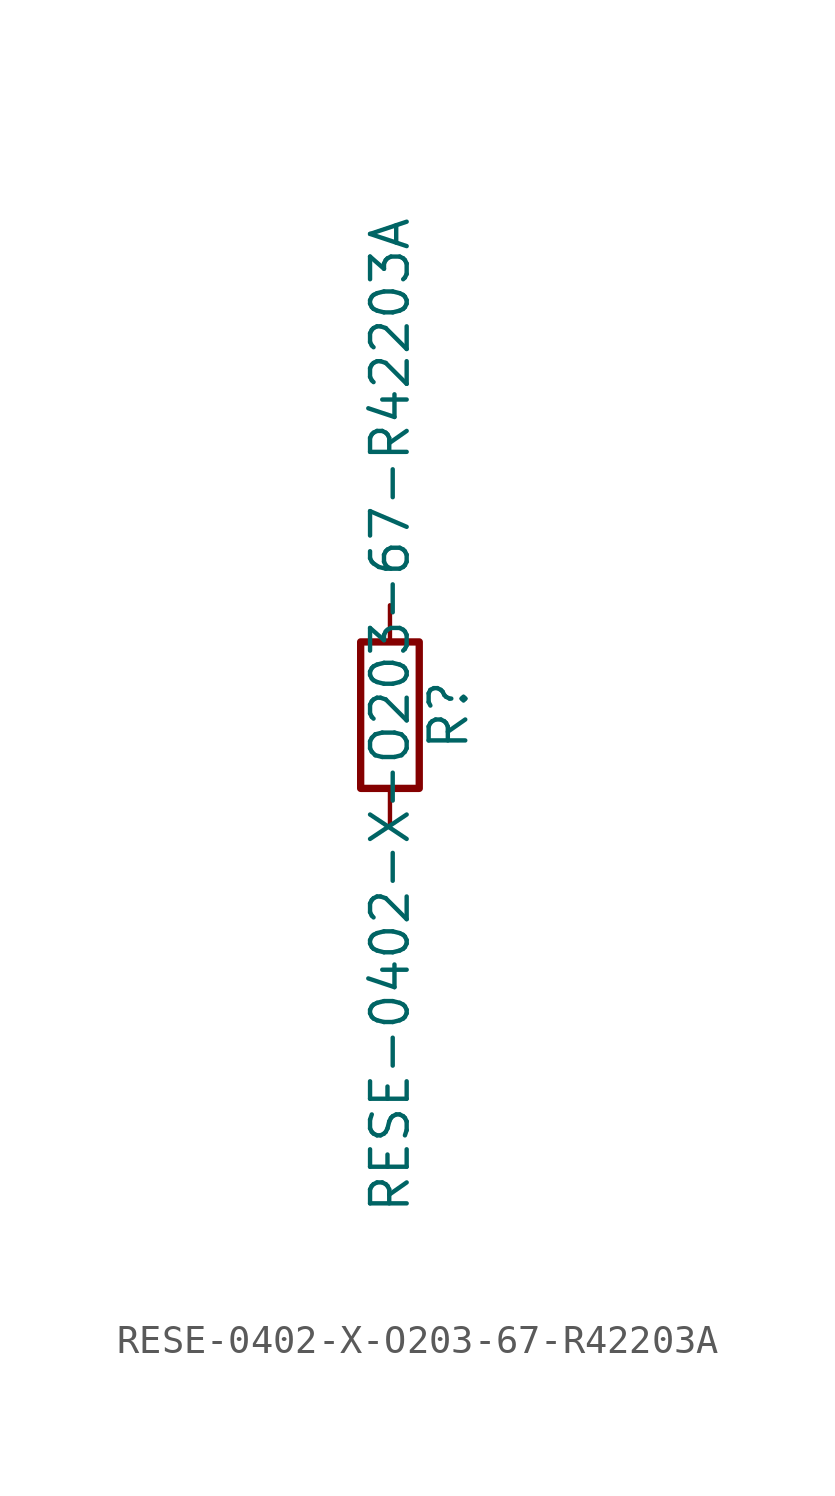
<source format=kicad_sym>
(kicad_symbol_lib
  (version 20211014)
  (generator kicad_symbol_editor)
  (symbol "RESE-0402-X-O203-67-R42203A"
    (pin_numbers hide)
    (pin_names
      (offset 0))
    (property "Reference" "R"
      (at 2.032 0 90)
      (effects (font (size 1.27 1.27))))
    (property "Value" "RESE-0402-X-O203-67-R42203A"
      (at 0 0 90)
      (effects (font (size 1.27 1.27))))
    (symbol "RESE-0402-X-O203-67-R42203A_0_1"
      (rectangle (start -1.016 -2.54) (end 1.016 2.54) (stroke (width 0.254) (type default) (color 0 0 0 0)) (fill (type none))))
    (symbol "RESE-0402-X-O203-67-R42203A_1_1"
      (pin passive line (at 0 3.81 270) (length 1.27) (name "~" (effects (font (size 1.27 1.27)))) (number "1" (effects (font (size 1.27 1.27)))))
      (pin passive line (at 0 -3.81 90) (length 1.27) (name "~" (effects (font (size 1.27 1.27)))) (number "2" (effects (font (size 1.27 1.27))))))))
</source>
